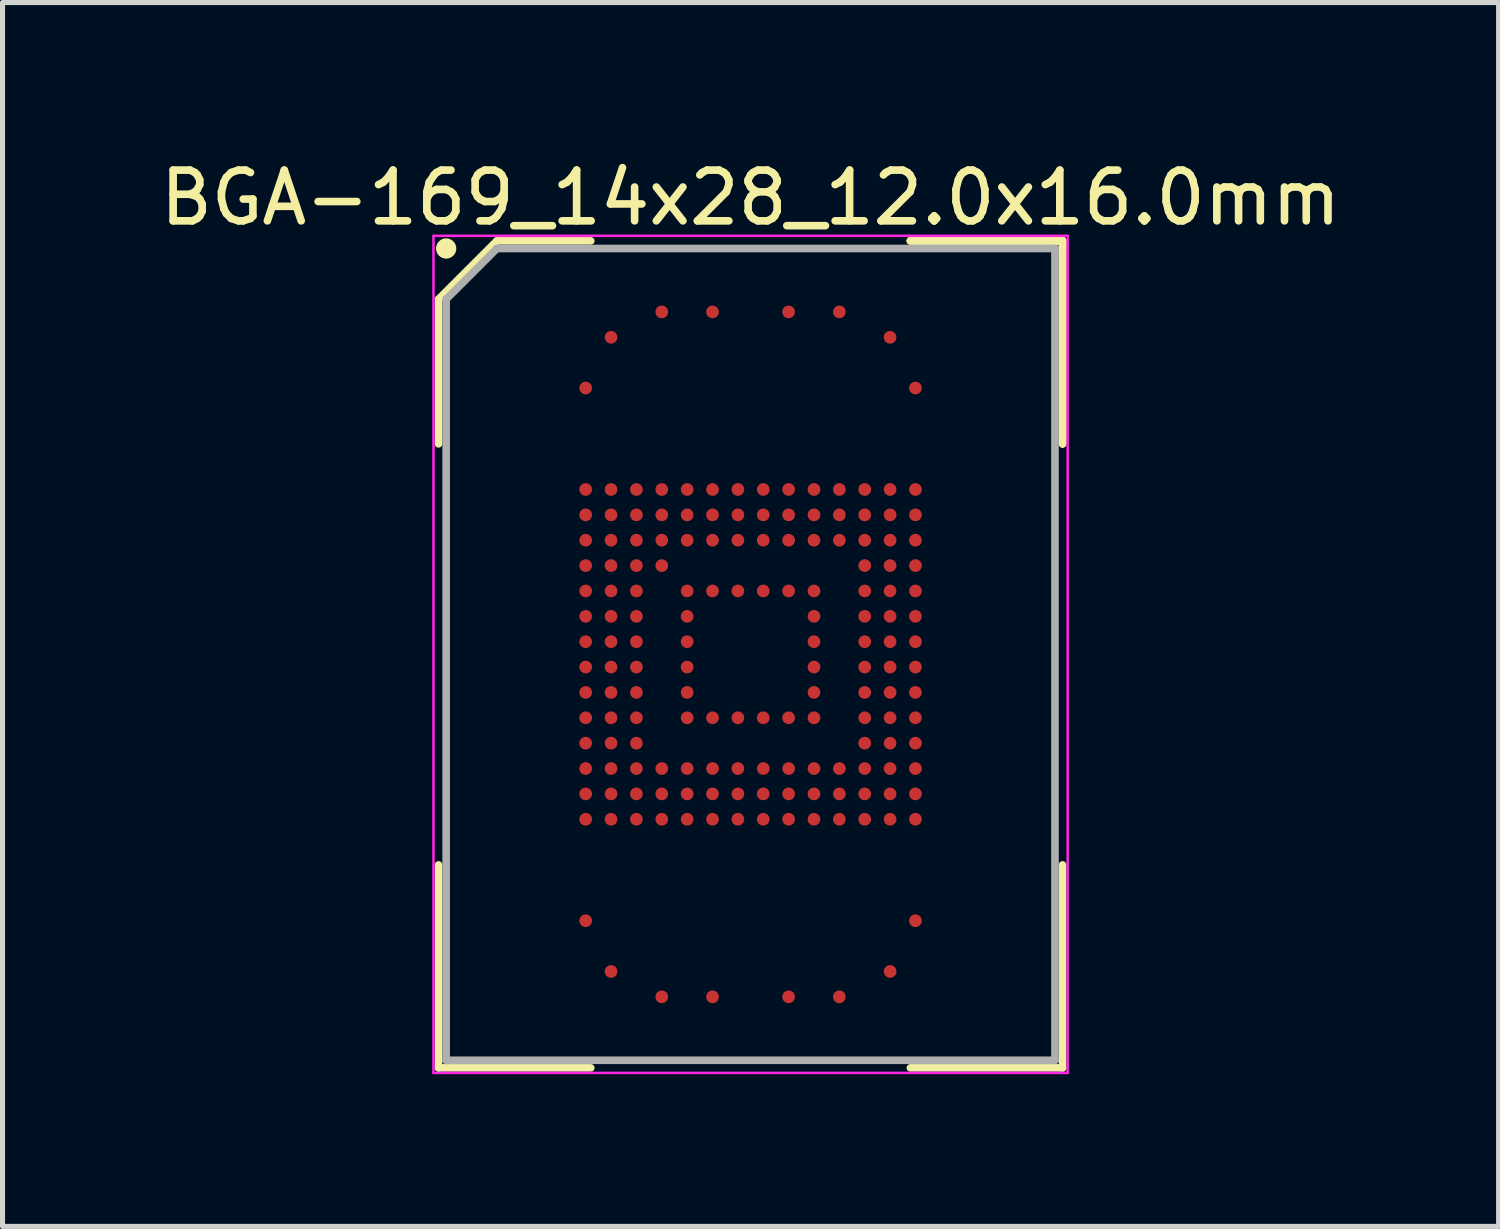
<source format=kicad_pcb>
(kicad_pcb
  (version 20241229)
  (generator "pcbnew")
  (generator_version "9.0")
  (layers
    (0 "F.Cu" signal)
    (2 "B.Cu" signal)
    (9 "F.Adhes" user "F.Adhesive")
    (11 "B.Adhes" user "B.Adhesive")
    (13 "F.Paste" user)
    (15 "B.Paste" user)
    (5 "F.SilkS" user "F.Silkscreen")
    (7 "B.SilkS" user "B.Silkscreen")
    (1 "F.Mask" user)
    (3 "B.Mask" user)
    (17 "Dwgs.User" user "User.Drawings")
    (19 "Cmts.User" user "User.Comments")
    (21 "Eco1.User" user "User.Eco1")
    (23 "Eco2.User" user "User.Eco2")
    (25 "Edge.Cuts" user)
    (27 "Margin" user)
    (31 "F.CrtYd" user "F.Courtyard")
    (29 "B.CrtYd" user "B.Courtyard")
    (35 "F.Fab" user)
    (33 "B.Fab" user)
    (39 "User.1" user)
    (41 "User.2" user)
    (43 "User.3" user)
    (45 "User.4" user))
  (footprint "BGA-169_14x28_12.0x16.0mm"
    (layer "F.Cu")
    (at 11.744 9.848)
    (property "Reference" "BGA-169_14x28_12.0x16.0mm" (at 0 -9 0) (layer "F.SilkS") (effects (font (size 1 1) (thickness 0.15))))
    (attr smd)
    (fp_line (start -6.15 -7) (end -6.15 -4.15) (stroke (width 0.15) (type solid)) (layer "F.SilkS"))
    (fp_line (start -6.15 8.15) (end -6.15 4.15) (stroke (width 0.15) (type solid)) (layer "F.SilkS"))
    (fp_line (start -5 -8.15) (end -6.15 -7) (stroke (width 0.15) (type solid)) (layer "F.SilkS"))
    (fp_line (start -3.15 -8.15) (end -5 -8.15) (stroke (width 0.15) (type solid)) (layer "F.SilkS"))
    (fp_line (start -3.15 8.15) (end -6.15 8.15) (stroke (width 0.15) (type solid)) (layer "F.SilkS"))
    (fp_line (start 3.15 -8.15) (end 6.15 -8.15) (stroke (width 0.15) (type solid)) (layer "F.SilkS"))
    (fp_line (start 3.15 -8.15) (end 6.15 -8.15) (stroke (width 0.15) (type solid)) (layer "F.SilkS"))
    (fp_line (start 3.15 -8.15) (end 6.15 -8.15) (stroke (width 0.15) (type solid)) (layer "F.SilkS"))
    (fp_line (start 3.15 8.15) (end 6.15 8.15) (stroke (width 0.15) (type solid)) (layer "F.SilkS"))
    (fp_line (start 6.15 -8.15) (end 6.15 -4.15) (stroke (width 0.15) (type solid)) (layer "F.SilkS"))
    (fp_line (start 6.15 -8.15) (end 6.15 -4.15) (stroke (width 0.15) (type solid)) (layer "F.SilkS"))
    (fp_line (start 6.15 -8.15) (end 6.15 -4.15) (stroke (width 0.15) (type solid)) (layer "F.SilkS"))
    (fp_line (start 6.15 8.15) (end 6.15 4.15) (stroke (width 0.15) (type solid)) (layer "F.SilkS"))
    (fp_circle (center -6 -8) (end -6 -7.9) (stroke (width 0.2) (type solid)) (fill no) (layer "F.SilkS"))
    (fp_line (start -6.25 -8.25) (end 6.25 -8.25) (stroke (width 0.05) (type solid)) (layer "F.CrtYd"))
    (fp_line (start -6.25 8.25) (end -6.25 -8.25) (stroke (width 0.05) (type solid)) (layer "F.CrtYd"))
    (fp_line (start 6.25 -8.25) (end 6.25 8.25) (stroke (width 0.05) (type solid)) (layer "F.CrtYd"))
    (fp_line (start 6.25 8.25) (end -6.25 8.25) (stroke (width 0.05) (type solid)) (layer "F.CrtYd"))
    (fp_line (start -6 -7) (end -6 8) (stroke (width 0.15) (type solid)) (layer "F.Fab"))
    (fp_line (start -6 8) (end 6 8) (stroke (width 0.15) (type solid)) (layer "F.Fab"))
    (fp_line (start -5 -8) (end -6 -7) (stroke (width 0.15) (type solid)) (layer "F.Fab"))
    (fp_line (start 6 -8) (end -5 -8) (stroke (width 0.15) (type solid)) (layer "F.Fab"))
    (fp_line (start 6 8) (end 6 -8) (stroke (width 0.15) (type solid)) (layer "F.Fab"))
    (pad "A4" smd circle (at -1.75 -6.75) (size 0.25 0.25) (layers "F.Cu" "F.Mask" "F.Paste"))
    (pad "A6" smd circle (at -0.75 -6.75) (size 0.25 0.25) (layers "F.Cu" "F.Mask" "F.Paste"))
    (pad "A9" smd circle (at 0.75 -6.75) (size 0.25 0.25) (layers "F.Cu" "F.Mask" "F.Paste"))
    (pad "A11" smd circle (at 1.75 -6.75) (size 0.25 0.25) (layers "F.Cu" "F.Mask" "F.Paste"))
    (pad "AA1" smd circle (at -3.25 3.25) (size 0.25 0.25) (layers "F.Cu" "F.Mask" "F.Paste"))
    (pad "AA2" smd circle (at -2.75 3.25) (size 0.25 0.25) (layers "F.Cu" "F.Mask" "F.Paste"))
    (pad "AA3" smd circle (at -2.25 3.25) (size 0.25 0.25) (layers "F.Cu" "F.Mask" "F.Paste"))
    (pad "AA4" smd circle (at -1.75 3.25) (size 0.25 0.25) (layers "F.Cu" "F.Mask" "F.Paste"))
    (pad "AA5" smd circle (at -1.25 3.25) (size 0.25 0.25) (layers "F.Cu" "F.Mask" "F.Paste"))
    (pad "AA6" smd circle (at -0.75 3.25) (size 0.25 0.25) (layers "F.Cu" "F.Mask" "F.Paste"))
    (pad "AA7" smd circle (at -0.25 3.25) (size 0.25 0.25) (layers "F.Cu" "F.Mask" "F.Paste"))
    (pad "AA8" smd circle (at 0.25 3.25) (size 0.25 0.25) (layers "F.Cu" "F.Mask" "F.Paste"))
    (pad "AA9" smd circle (at 0.75 3.25) (size 0.25 0.25) (layers "F.Cu" "F.Mask" "F.Paste"))
    (pad "AA10" smd circle (at 1.25 3.25) (size 0.25 0.25) (layers "F.Cu" "F.Mask" "F.Paste"))
    (pad "AA11" smd circle (at 1.75 3.25) (size 0.25 0.25) (layers "F.Cu" "F.Mask" "F.Paste"))
    (pad "AA12" smd circle (at 2.25 3.25) (size 0.25 0.25) (layers "F.Cu" "F.Mask" "F.Paste"))
    (pad "AA13" smd circle (at 2.75 3.25) (size 0.25 0.25) (layers "F.Cu" "F.Mask" "F.Paste"))
    (pad "AA14" smd circle (at 3.25 3.25) (size 0.25 0.25) (layers "F.Cu" "F.Mask" "F.Paste"))
    (pad "AE1" smd circle (at -3.25 5.25) (size 0.25 0.25) (layers "F.Cu" "F.Mask" "F.Paste"))
    (pad "AE14" smd circle (at 3.25 5.25) (size 0.25 0.25) (layers "F.Cu" "F.Mask" "F.Paste"))
    (pad "AG2" smd circle (at -2.75 6.25) (size 0.25 0.25) (layers "F.Cu" "F.Mask" "F.Paste"))
    (pad "AG13" smd circle (at 2.75 6.25) (size 0.25 0.25) (layers "F.Cu" "F.Mask" "F.Paste"))
    (pad "AH4" smd circle (at -1.75 6.75) (size 0.25 0.25) (layers "F.Cu" "F.Mask" "F.Paste"))
    (pad "AH6" smd circle (at -0.75 6.75) (size 0.25 0.25) (layers "F.Cu" "F.Mask" "F.Paste"))
    (pad "AH9" smd circle (at 0.75 6.75) (size 0.25 0.25) (layers "F.Cu" "F.Mask" "F.Paste"))
    (pad "AH11" smd circle (at 1.75 6.75) (size 0.25 0.25) (layers "F.Cu" "F.Mask" "F.Paste"))
    (pad "B2" smd circle (at -2.75 -6.25) (size 0.25 0.25) (layers "F.Cu" "F.Mask" "F.Paste"))
    (pad "B13" smd circle (at 2.75 -6.25) (size 0.25 0.25) (layers "F.Cu" "F.Mask" "F.Paste"))
    (pad "D1" smd circle (at -3.25 -5.25) (size 0.25 0.25) (layers "F.Cu" "F.Mask" "F.Paste"))
    (pad "D14" smd circle (at 3.25 -5.25) (size 0.25 0.25) (layers "F.Cu" "F.Mask" "F.Paste"))
    (pad "H1" smd circle (at -3.25 -3.25) (size 0.25 0.25) (layers "F.Cu" "F.Mask" "F.Paste"))
    (pad "H2" smd circle (at -2.75 -3.25) (size 0.25 0.25) (layers "F.Cu" "F.Mask" "F.Paste"))
    (pad "H3" smd circle (at -2.25 -3.25) (size 0.25 0.25) (layers "F.Cu" "F.Mask" "F.Paste"))
    (pad "H4" smd circle (at -1.75 -3.25) (size 0.25 0.25) (layers "F.Cu" "F.Mask" "F.Paste"))
    (pad "H5" smd circle (at -1.25 -3.25) (size 0.25 0.25) (layers "F.Cu" "F.Mask" "F.Paste"))
    (pad "H6" smd circle (at -0.75 -3.25) (size 0.25 0.25) (layers "F.Cu" "F.Mask" "F.Paste"))
    (pad "H7" smd circle (at -0.25 -3.25) (size 0.25 0.25) (layers "F.Cu" "F.Mask" "F.Paste"))
    (pad "H8" smd circle (at 0.25 -3.25) (size 0.25 0.25) (layers "F.Cu" "F.Mask" "F.Paste"))
    (pad "H9" smd circle (at 0.75 -3.25) (size 0.25 0.25) (layers "F.Cu" "F.Mask" "F.Paste"))
    (pad "H10" smd circle (at 1.25 -3.25) (size 0.25 0.25) (layers "F.Cu" "F.Mask" "F.Paste"))
    (pad "H11" smd circle (at 1.75 -3.25) (size 0.25 0.25) (layers "F.Cu" "F.Mask" "F.Paste"))
    (pad "H12" smd circle (at 2.25 -3.25) (size 0.25 0.25) (layers "F.Cu" "F.Mask" "F.Paste"))
    (pad "H13" smd circle (at 2.75 -3.25) (size 0.25 0.25) (layers "F.Cu" "F.Mask" "F.Paste"))
    (pad "H14" smd circle (at 3.25 -3.25) (size 0.25 0.25) (layers "F.Cu" "F.Mask" "F.Paste"))
    (pad "J1" smd circle (at -3.25 -2.75) (size 0.25 0.25) (layers "F.Cu" "F.Mask" "F.Paste"))
    (pad "J2" smd circle (at -2.75 -2.75) (size 0.25 0.25) (layers "F.Cu" "F.Mask" "F.Paste"))
    (pad "J3" smd circle (at -2.25 -2.75) (size 0.25 0.25) (layers "F.Cu" "F.Mask" "F.Paste"))
    (pad "J4" smd circle (at -1.75 -2.75) (size 0.25 0.25) (layers "F.Cu" "F.Mask" "F.Paste"))
    (pad "J5" smd circle (at -1.25 -2.75) (size 0.25 0.25) (layers "F.Cu" "F.Mask" "F.Paste"))
    (pad "J6" smd circle (at -0.75 -2.75) (size 0.25 0.25) (layers "F.Cu" "F.Mask" "F.Paste"))
    (pad "J7" smd circle (at -0.25 -2.75) (size 0.25 0.25) (layers "F.Cu" "F.Mask" "F.Paste"))
    (pad "J8" smd circle (at 0.25 -2.75) (size 0.25 0.25) (layers "F.Cu" "F.Mask" "F.Paste"))
    (pad "J9" smd circle (at 0.75 -2.75) (size 0.25 0.25) (layers "F.Cu" "F.Mask" "F.Paste"))
    (pad "J10" smd circle (at 1.25 -2.75) (size 0.25 0.25) (layers "F.Cu" "F.Mask" "F.Paste"))
    (pad "J11" smd circle (at 1.75 -2.75) (size 0.25 0.25) (layers "F.Cu" "F.Mask" "F.Paste"))
    (pad "J12" smd circle (at 2.25 -2.75) (size 0.25 0.25) (layers "F.Cu" "F.Mask" "F.Paste"))
    (pad "J13" smd circle (at 2.75 -2.75) (size 0.25 0.25) (layers "F.Cu" "F.Mask" "F.Paste"))
    (pad "J14" smd circle (at 3.25 -2.75) (size 0.25 0.25) (layers "F.Cu" "F.Mask" "F.Paste"))
    (pad "K1" smd circle (at -3.25 -2.25) (size 0.25 0.25) (layers "F.Cu" "F.Mask" "F.Paste"))
    (pad "K2" smd circle (at -2.75 -2.25) (size 0.25 0.25) (layers "F.Cu" "F.Mask" "F.Paste"))
    (pad "K3" smd circle (at -2.25 -2.25) (size 0.25 0.25) (layers "F.Cu" "F.Mask" "F.Paste"))
    (pad "K4" smd circle (at -1.75 -2.25) (size 0.25 0.25) (layers "F.Cu" "F.Mask" "F.Paste"))
    (pad "K5" smd circle (at -1.25 -2.25) (size 0.25 0.25) (layers "F.Cu" "F.Mask" "F.Paste"))
    (pad "K6" smd circle (at -0.75 -2.25) (size 0.25 0.25) (layers "F.Cu" "F.Mask" "F.Paste"))
    (pad "K7" smd circle (at -0.25 -2.25) (size 0.25 0.25) (layers "F.Cu" "F.Mask" "F.Paste"))
    (pad "K8" smd circle (at 0.25 -2.25) (size 0.25 0.25) (layers "F.Cu" "F.Mask" "F.Paste"))
    (pad "K9" smd circle (at 0.75 -2.25) (size 0.25 0.25) (layers "F.Cu" "F.Mask" "F.Paste"))
    (pad "K10" smd circle (at 1.25 -2.25) (size 0.25 0.25) (layers "F.Cu" "F.Mask" "F.Paste"))
    (pad "K11" smd circle (at 1.75 -2.25) (size 0.25 0.25) (layers "F.Cu" "F.Mask" "F.Paste"))
    (pad "K12" smd circle (at 2.25 -2.25) (size 0.25 0.25) (layers "F.Cu" "F.Mask" "F.Paste"))
    (pad "K13" smd circle (at 2.75 -2.25) (size 0.25 0.25) (layers "F.Cu" "F.Mask" "F.Paste"))
    (pad "K14" smd circle (at 3.25 -2.25) (size 0.25 0.25) (layers "F.Cu" "F.Mask" "F.Paste"))
    (pad "L1" smd circle (at -3.25 -1.75) (size 0.25 0.25) (layers "F.Cu" "F.Mask" "F.Paste"))
    (pad "L2" smd circle (at -2.75 -1.75) (size 0.25 0.25) (layers "F.Cu" "F.Mask" "F.Paste"))
    (pad "L3" smd circle (at -2.25 -1.75) (size 0.25 0.25) (layers "F.Cu" "F.Mask" "F.Paste"))
    (pad "L4" smd circle (at -1.75 -1.75) (size 0.25 0.25) (layers "F.Cu" "F.Mask" "F.Paste"))
    (pad "L12" smd circle (at 2.25 -1.75) (size 0.25 0.25) (layers "F.Cu" "F.Mask" "F.Paste"))
    (pad "L13" smd circle (at 2.75 -1.75) (size 0.25 0.25) (layers "F.Cu" "F.Mask" "F.Paste"))
    (pad "L14" smd circle (at 3.25 -1.75) (size 0.25 0.25) (layers "F.Cu" "F.Mask" "F.Paste"))
    (pad "M1" smd circle (at -3.25 -1.25) (size 0.25 0.25) (layers "F.Cu" "F.Mask" "F.Paste"))
    (pad "M2" smd circle (at -2.75 -1.25) (size 0.25 0.25) (layers "F.Cu" "F.Mask" "F.Paste"))
    (pad "M3" smd circle (at -2.25 -1.25) (size 0.25 0.25) (layers "F.Cu" "F.Mask" "F.Paste"))
    (pad "M5" smd circle (at -1.25 -1.25) (size 0.25 0.25) (layers "F.Cu" "F.Mask" "F.Paste"))
    (pad "M6" smd circle (at -0.75 -1.25) (size 0.25 0.25) (layers "F.Cu" "F.Mask" "F.Paste"))
    (pad "M7" smd circle (at -0.25 -1.25) (size 0.25 0.25) (layers "F.Cu" "F.Mask" "F.Paste"))
    (pad "M8" smd circle (at 0.25 -1.25) (size 0.25 0.25) (layers "F.Cu" "F.Mask" "F.Paste"))
    (pad "M9" smd circle (at 0.75 -1.25) (size 0.25 0.25) (layers "F.Cu" "F.Mask" "F.Paste"))
    (pad "M10" smd circle (at 1.25 -1.25) (size 0.25 0.25) (layers "F.Cu" "F.Mask" "F.Paste"))
    (pad "M12" smd circle (at 2.25 -1.25) (size 0.25 0.25) (layers "F.Cu" "F.Mask" "F.Paste"))
    (pad "M13" smd circle (at 2.75 -1.25) (size 0.25 0.25) (layers "F.Cu" "F.Mask" "F.Paste"))
    (pad "M14" smd circle (at 3.25 -1.25) (size 0.25 0.25) (layers "F.Cu" "F.Mask" "F.Paste"))
    (pad "N1" smd circle (at -3.25 -0.75) (size 0.25 0.25) (layers "F.Cu" "F.Mask" "F.Paste"))
    (pad "N2" smd circle (at -2.75 -0.75) (size 0.25 0.25) (layers "F.Cu" "F.Mask" "F.Paste"))
    (pad "N3" smd circle (at -2.25 -0.75) (size 0.25 0.25) (layers "F.Cu" "F.Mask" "F.Paste"))
    (pad "N5" smd circle (at -1.25 -0.75) (size 0.25 0.25) (layers "F.Cu" "F.Mask" "F.Paste"))
    (pad "N10" smd circle (at 1.25 -0.75) (size 0.25 0.25) (layers "F.Cu" "F.Mask" "F.Paste"))
    (pad "N12" smd circle (at 2.25 -0.75) (size 0.25 0.25) (layers "F.Cu" "F.Mask" "F.Paste"))
    (pad "N13" smd circle (at 2.75 -0.75) (size 0.25 0.25) (layers "F.Cu" "F.Mask" "F.Paste"))
    (pad "N14" smd circle (at 3.25 -0.75) (size 0.25 0.25) (layers "F.Cu" "F.Mask" "F.Paste"))
    (pad "P1" smd circle (at -3.25 -0.25) (size 0.25 0.25) (layers "F.Cu" "F.Mask" "F.Paste"))
    (pad "P2" smd circle (at -2.75 -0.25) (size 0.25 0.25) (layers "F.Cu" "F.Mask" "F.Paste"))
    (pad "P3" smd circle (at -2.25 -0.25) (size 0.25 0.25) (layers "F.Cu" "F.Mask" "F.Paste"))
    (pad "P5" smd circle (at -1.25 -0.25) (size 0.25 0.25) (layers "F.Cu" "F.Mask" "F.Paste"))
    (pad "P10" smd circle (at 1.25 -0.25) (size 0.25 0.25) (layers "F.Cu" "F.Mask" "F.Paste"))
    (pad "P12" smd circle (at 2.25 -0.25) (size 0.25 0.25) (layers "F.Cu" "F.Mask" "F.Paste"))
    (pad "P13" smd circle (at 2.75 -0.25) (size 0.25 0.25) (layers "F.Cu" "F.Mask" "F.Paste"))
    (pad "P14" smd circle (at 3.25 -0.25) (size 0.25 0.25) (layers "F.Cu" "F.Mask" "F.Paste"))
    (pad "R1" smd circle (at -3.25 0.25) (size 0.25 0.25) (layers "F.Cu" "F.Mask" "F.Paste"))
    (pad "R2" smd circle (at -2.75 0.25) (size 0.25 0.25) (layers "F.Cu" "F.Mask" "F.Paste"))
    (pad "R3" smd circle (at -2.25 0.25) (size 0.25 0.25) (layers "F.Cu" "F.Mask" "F.Paste"))
    (pad "R5" smd circle (at -1.25 0.25) (size 0.25 0.25) (layers "F.Cu" "F.Mask" "F.Paste"))
    (pad "R10" smd circle (at 1.25 0.25) (size 0.25 0.25) (layers "F.Cu" "F.Mask" "F.Paste"))
    (pad "R12" smd circle (at 2.25 0.25) (size 0.25 0.25) (layers "F.Cu" "F.Mask" "F.Paste"))
    (pad "R13" smd circle (at 2.75 0.25) (size 0.25 0.25) (layers "F.Cu" "F.Mask" "F.Paste"))
    (pad "R14" smd circle (at 3.25 0.25) (size 0.25 0.25) (layers "F.Cu" "F.Mask" "F.Paste"))
    (pad "T1" smd circle (at -3.25 0.75) (size 0.25 0.25) (layers "F.Cu" "F.Mask" "F.Paste"))
    (pad "T2" smd circle (at -2.75 0.75) (size 0.25 0.25) (layers "F.Cu" "F.Mask" "F.Paste"))
    (pad "T3" smd circle (at -2.25 0.75) (size 0.25 0.25) (layers "F.Cu" "F.Mask" "F.Paste"))
    (pad "T5" smd circle (at -1.25 0.75) (size 0.25 0.25) (layers "F.Cu" "F.Mask" "F.Paste"))
    (pad "T10" smd circle (at 1.25 0.75) (size 0.25 0.25) (layers "F.Cu" "F.Mask" "F.Paste"))
    (pad "T12" smd circle (at 2.25 0.75) (size 0.25 0.25) (layers "F.Cu" "F.Mask" "F.Paste"))
    (pad "T13" smd circle (at 2.75 0.75) (size 0.25 0.25) (layers "F.Cu" "F.Mask" "F.Paste"))
    (pad "T14" smd circle (at 3.25 0.75) (size 0.25 0.25) (layers "F.Cu" "F.Mask" "F.Paste"))
    (pad "U1" smd circle (at -3.25 1.25) (size 0.25 0.25) (layers "F.Cu" "F.Mask" "F.Paste"))
    (pad "U2" smd circle (at -2.75 1.25) (size 0.25 0.25) (layers "F.Cu" "F.Mask" "F.Paste"))
    (pad "U3" smd circle (at -2.25 1.25) (size 0.25 0.25) (layers "F.Cu" "F.Mask" "F.Paste"))
    (pad "U5" smd circle (at -1.25 1.25) (size 0.25 0.25) (layers "F.Cu" "F.Mask" "F.Paste"))
    (pad "U6" smd circle (at -0.75 1.25) (size 0.25 0.25) (layers "F.Cu" "F.Mask" "F.Paste"))
    (pad "U7" smd circle (at -0.25 1.25) (size 0.25 0.25) (layers "F.Cu" "F.Mask" "F.Paste"))
    (pad "U8" smd circle (at 0.25 1.25) (size 0.25 0.25) (layers "F.Cu" "F.Mask" "F.Paste"))
    (pad "U9" smd circle (at 0.75 1.25) (size 0.25 0.25) (layers "F.Cu" "F.Mask" "F.Paste"))
    (pad "U10" smd circle (at 1.25 1.25) (size 0.25 0.25) (layers "F.Cu" "F.Mask" "F.Paste"))
    (pad "U12" smd circle (at 2.25 1.25) (size 0.25 0.25) (layers "F.Cu" "F.Mask" "F.Paste"))
    (pad "U13" smd circle (at 2.75 1.25) (size 0.25 0.25) (layers "F.Cu" "F.Mask" "F.Paste"))
    (pad "U14" smd circle (at 3.25 1.25) (size 0.25 0.25) (layers "F.Cu" "F.Mask" "F.Paste"))
    (pad "V1" smd circle (at -3.25 1.75) (size 0.25 0.25) (layers "F.Cu" "F.Mask" "F.Paste"))
    (pad "V2" smd circle (at -2.75 1.75) (size 0.25 0.25) (layers "F.Cu" "F.Mask" "F.Paste"))
    (pad "V3" smd circle (at -2.25 1.75) (size 0.25 0.25) (layers "F.Cu" "F.Mask" "F.Paste"))
    (pad "V12" smd circle (at 2.25 1.75) (size 0.25 0.25) (layers "F.Cu" "F.Mask" "F.Paste"))
    (pad "V13" smd circle (at 2.75 1.75) (size 0.25 0.25) (layers "F.Cu" "F.Mask" "F.Paste"))
    (pad "V14" smd circle (at 3.25 1.75) (size 0.25 0.25) (layers "F.Cu" "F.Mask" "F.Paste"))
    (pad "W1" smd circle (at -3.25 2.25) (size 0.25 0.25) (layers "F.Cu" "F.Mask" "F.Paste"))
    (pad "W2" smd circle (at -2.75 2.25) (size 0.25 0.25) (layers "F.Cu" "F.Mask" "F.Paste"))
    (pad "W3" smd circle (at -2.25 2.25) (size 0.25 0.25) (layers "F.Cu" "F.Mask" "F.Paste"))
    (pad "W4" smd circle (at -1.75 2.25) (size 0.25 0.25) (layers "F.Cu" "F.Mask" "F.Paste"))
    (pad "W5" smd circle (at -1.25 2.25) (size 0.25 0.25) (layers "F.Cu" "F.Mask" "F.Paste"))
    (pad "W6" smd circle (at -0.75 2.25) (size 0.25 0.25) (layers "F.Cu" "F.Mask" "F.Paste"))
    (pad "W7" smd circle (at -0.25 2.25) (size 0.25 0.25) (layers "F.Cu" "F.Mask" "F.Paste"))
    (pad "W8" smd circle (at 0.25 2.25) (size 0.25 0.25) (layers "F.Cu" "F.Mask" "F.Paste"))
    (pad "W9" smd circle (at 0.75 2.25) (size 0.25 0.25) (layers "F.Cu" "F.Mask" "F.Paste"))
    (pad "W10" smd circle (at 1.25 2.25) (size 0.25 0.25) (layers "F.Cu" "F.Mask" "F.Paste"))
    (pad "W11" smd circle (at 1.75 2.25) (size 0.25 0.25) (layers "F.Cu" "F.Mask" "F.Paste"))
    (pad "W12" smd circle (at 2.25 2.25) (size 0.25 0.25) (layers "F.Cu" "F.Mask" "F.Paste"))
    (pad "W13" smd circle (at 2.75 2.25) (size 0.25 0.25) (layers "F.Cu" "F.Mask" "F.Paste"))
    (pad "W14" smd circle (at 3.25 2.25) (size 0.25 0.25) (layers "F.Cu" "F.Mask" "F.Paste"))
    (pad "Y1" smd circle (at -3.25 2.75) (size 0.25 0.25) (layers "F.Cu" "F.Mask" "F.Paste"))
    (pad "Y2" smd circle (at -2.75 2.75) (size 0.25 0.25) (layers "F.Cu" "F.Mask" "F.Paste"))
    (pad "Y3" smd circle (at -2.25 2.75) (size 0.25 0.25) (layers "F.Cu" "F.Mask" "F.Paste"))
    (pad "Y4" smd circle (at -1.75 2.75) (size 0.25 0.25) (layers "F.Cu" "F.Mask" "F.Paste"))
    (pad "Y5" smd circle (at -1.25 2.75) (size 0.25 0.25) (layers "F.Cu" "F.Mask" "F.Paste"))
    (pad "Y6" smd circle (at -0.75 2.75) (size 0.25 0.25) (layers "F.Cu" "F.Mask" "F.Paste"))
    (pad "Y7" smd circle (at -0.25 2.75) (size 0.25 0.25) (layers "F.Cu" "F.Mask" "F.Paste"))
    (pad "Y8" smd circle (at 0.25 2.75) (size 0.25 0.25) (layers "F.Cu" "F.Mask" "F.Paste"))
    (pad "Y9" smd circle (at 0.75 2.75) (size 0.25 0.25) (layers "F.Cu" "F.Mask" "F.Paste"))
    (pad "Y10" smd circle (at 1.25 2.75) (size 0.25 0.25) (layers "F.Cu" "F.Mask" "F.Paste"))
    (pad "Y11" smd circle (at 1.75 2.75) (size 0.25 0.25) (layers "F.Cu" "F.Mask" "F.Paste"))
    (pad "Y12" smd circle (at 2.25 2.75) (size 0.25 0.25) (layers "F.Cu" "F.Mask" "F.Paste"))
    (pad "Y13" smd circle (at 2.75 2.75) (size 0.25 0.25) (layers "F.Cu" "F.Mask" "F.Paste"))
    (pad "Y14" smd circle (at 3.25 2.75) (size 0.25 0.25) (layers "F.Cu" "F.Mask" "F.Paste")))
  (gr_rect
    (start -3 -3)
    (end 26.488 21.123)
    (stroke (width 0.1) (type default))
    (fill no)
    (layer "Edge.Cuts")))
</source>
